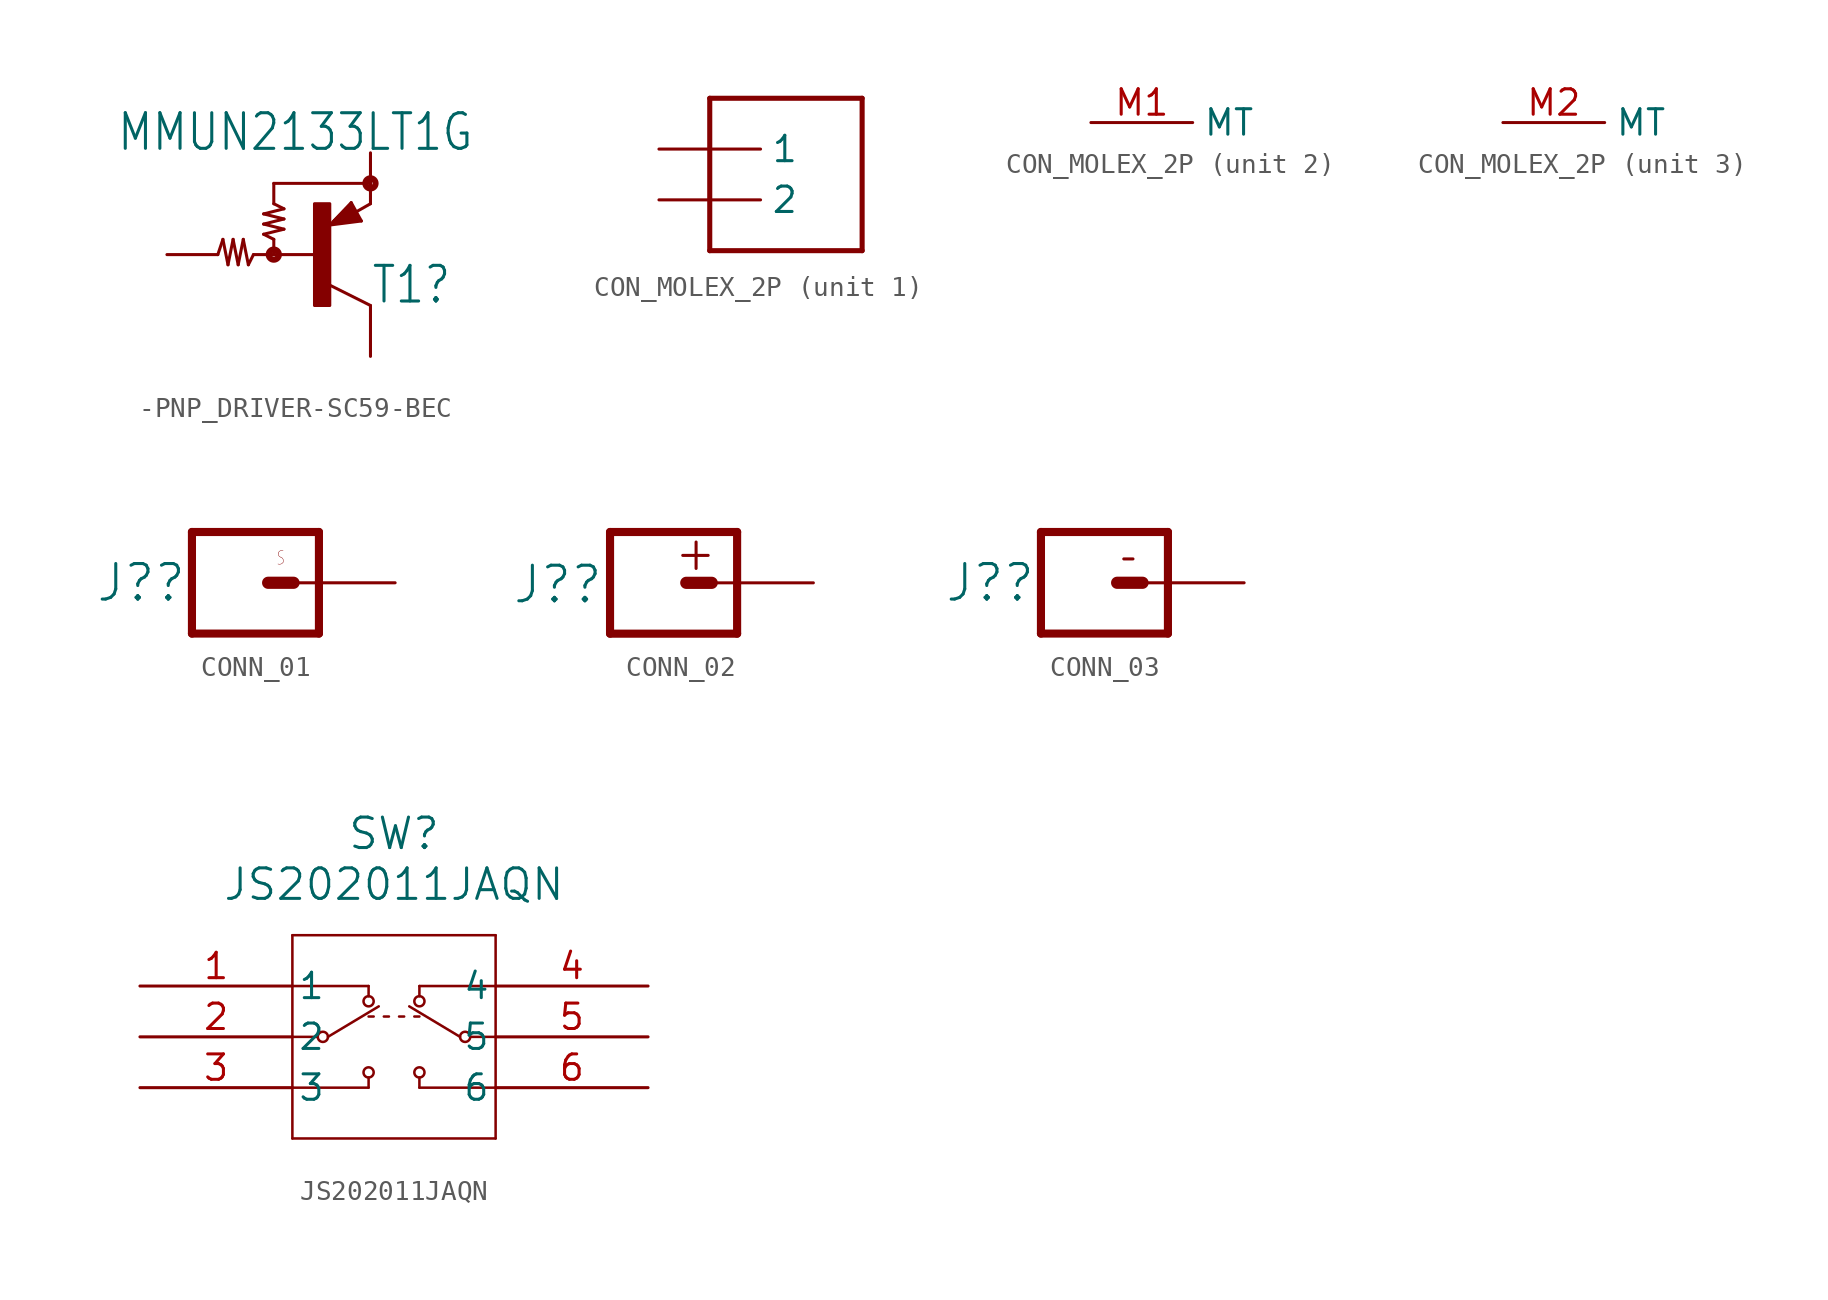
<source format=kicad_sym>
(kicad_symbol_lib
  (version 20220914)
  (generator kicad_symbol_editor)
  (symbol "-PNP_DRIVER-SC59-BEC"
    (property "Reference" "T1"
      (at 2.54 -2.54 0)
      (effects (font (size 1.778 1.511)) (justify left bottom)))
    (property "Value" "MMUN2133LT1G"
      (at -10.16 5.08 0)
      (effects (font (size 1.778 1.511)) (justify left bottom)))
    (property "LCSC" ""
      (at 0 0 0)
      (effects (font (size 1.27 1.27))))
    (property "ki_locked" ""
      (at 0 0 0)
      (effects (font (size 1.27 1.27))))
    (symbol "-PNP_DRIVER-SC59-BEC_1_0"
      (circle (center -2.286 0) (radius 0.254) (stroke (width 0.305) (type solid)) (fill (type none)))
      (rectangle (start -0.254 -2.54) (end 0.508 2.54) (stroke (width 0) (type default)) (fill (type outline)))
      (polyline (pts (xy -5.08 0) (xy -4.826 0.762)) (stroke (width 0.152) (type solid)) (fill (type none)))
      (polyline (pts (xy -4.826 0.762) (xy -4.572 -0.508)) (stroke (width 0.152) (type solid)) (fill (type none)))
      (polyline (pts (xy -4.572 -0.508) (xy -4.318 0.762)) (stroke (width 0.152) (type solid)) (fill (type none)))
      (polyline (pts (xy -4.318 0.762) (xy -4.064 -0.508)) (stroke (width 0.152) (type solid)) (fill (type none)))
      (polyline (pts (xy -4.064 -0.508) (xy -3.81 0.762)) (stroke (width 0.152) (type solid)) (fill (type none)))
      (polyline (pts (xy -3.81 0.762) (xy -3.556 -0.508)) (stroke (width 0.152) (type solid)) (fill (type none)))
      (polyline (pts (xy -3.556 -0.508) (xy -3.302 0)) (stroke (width 0.152) (type solid)) (fill (type none)))
      (polyline (pts (xy -3.302 0) (xy -2.286 0)) (stroke (width 0.152) (type solid)) (fill (type none)))
      (polyline (pts (xy -2.794 1.016) (xy -1.778 1.27)) (stroke (width 0.152) (type solid)) (fill (type none)))
      (polyline (pts (xy -2.794 1.524) (xy -1.778 1.778)) (stroke (width 0.152) (type solid)) (fill (type none)))
      (polyline (pts (xy -2.794 2.032) (xy -1.778 2.286)) (stroke (width 0.152) (type solid)) (fill (type none)))
      (polyline (pts (xy -2.286 0) (xy -2.286 0.762)) (stroke (width 0.152) (type solid)) (fill (type none)))
      (polyline (pts (xy -2.286 0) (xy -0.254 0)) (stroke (width 0.152) (type solid)) (fill (type none)))
      (polyline (pts (xy -2.286 0.762) (xy -2.794 1.016)) (stroke (width 0.152) (type solid)) (fill (type none)))
      (polyline (pts (xy -2.286 2.54) (xy -2.286 3.556)) (stroke (width 0.152) (type solid)) (fill (type none)))
      (polyline (pts (xy -2.286 3.556) (xy 2.54 3.556)) (stroke (width 0.152) (type solid)) (fill (type none)))
      (polyline (pts (xy -1.778 1.27) (xy -2.794 1.524)) (stroke (width 0.152) (type solid)) (fill (type none)))
      (polyline (pts (xy -1.778 1.778) (xy -2.794 2.032)) (stroke (width 0.152) (type solid)) (fill (type none)))
      (polyline (pts (xy -1.778 2.286) (xy -2.286 2.54)) (stroke (width 0.152) (type solid)) (fill (type none)))
      (polyline (pts (xy 0.516 1.478) (xy 2.086 1.678)) (stroke (width 0.152) (type solid)) (fill (type none)))
      (polyline (pts (xy 0.762 1.651) (xy 1.778 1.778)) (stroke (width 0.254) (type solid)) (fill (type none)))
      (polyline (pts (xy 1.143 1.905) (xy 1.524 1.905)) (stroke (width 0.254) (type solid)) (fill (type none)))
      (polyline (pts (xy 1.524 2.159) (xy 1.143 1.905)) (stroke (width 0.254) (type solid)) (fill (type none)))
      (polyline (pts (xy 1.524 2.413) (xy 0.762 1.651)) (stroke (width 0.254) (type solid)) (fill (type none)))
      (polyline (pts (xy 1.578 2.594) (xy 0.516 1.478)) (stroke (width 0.152) (type solid)) (fill (type none)))
      (polyline (pts (xy 1.778 1.778) (xy 1.524 2.159)) (stroke (width 0.254) (type solid)) (fill (type none)))
      (polyline (pts (xy 1.905 1.778) (xy 1.524 2.413)) (stroke (width 0.254) (type solid)) (fill (type none)))
      (polyline (pts (xy 2.086 1.678) (xy 1.578 2.594)) (stroke (width 0.152) (type solid)) (fill (type none)))
      (polyline (pts (xy 2.54 -2.54) (xy 0.508 -1.524)) (stroke (width 0.152) (type solid)) (fill (type none)))
      (polyline (pts (xy 2.54 2.54) (xy 1.808 2.124)) (stroke (width 0.152) (type solid)) (fill (type none)))
      (circle (center 2.54 3.556) (radius 0.254) (stroke (width 0.305) (type solid)) (fill (type none)))
      (pin passive line (at -7.62 0 0) (length 2.54) (name "B" (effects (font (size 0 0)))) (number "B" (effects (font (size 0 0)))))
      (pin passive line (at 2.54 -5.08 90) (length 2.54) (name "C" (effects (font (size 0 0)))) (number "C" (effects (font (size 0 0)))))
      (pin passive line (at 2.54 5.08 270) (length 2.54) (name "E" (effects (font (size 0 0)))) (number "E" (effects (font (size 0 0)))))))
  (symbol "CON_MOLEX_2P"
    (property "Reference" ""
      (at -2.54 7.62 0)
      (effects (font (size 1.27 1.079)) (justify left bottom) hide))
    (property "ki_locked" ""
      (at 0 0 0)
      (effects (font (size 1.27 1.27))))
    (symbol "CON_MOLEX_2P_1_0"
      (polyline (pts (xy -2.54 -2.54) (xy 5.08 -2.54)) (stroke (width 0.254) (type solid)) (fill (type none)))
      (polyline (pts (xy -2.54 5.08) (xy -2.54 -2.54)) (stroke (width 0.254) (type solid)) (fill (type none)))
      (polyline (pts (xy 5.08 -2.54) (xy 5.08 5.08)) (stroke (width 0.254) (type solid)) (fill (type none)))
      (polyline (pts (xy 5.08 5.08) (xy -2.54 5.08)) (stroke (width 0.254) (type solid)) (fill (type none)))
      (pin passive line (at -5.08 2.54 0) (length 5.08) (name "1" (effects (font (size 1.27 1.27)))) (number "1" (effects (font (size 0 0)))))
      (pin passive line (at -5.08 0 0) (length 5.08) (name "2" (effects (font (size 1.27 1.27)))) (number "2" (effects (font (size 0 0))))))
    (symbol "CON_MOLEX_2P_2_0"
      (pin bidirectional line (at 0 0 0) (length 5.08) (name "MT" (effects (font (size 1.27 1.27)))) (number "M1" (effects (font (size 1.27 1.27))))))
    (symbol "CON_MOLEX_2P_3_0"
      (pin bidirectional line (at 0 0 0) (length 5.08) (name "MT" (effects (font (size 1.27 1.27)))) (number "M2" (effects (font (size 1.27 1.27)))))))
  (symbol "CONN_01"
    (property "Reference" "J?"
      (at -5.08 0 0)
      (effects (font (size 1.778 1.778))))
    (property "LCSC" ""
      (at 0 0 0)
      (effects (font (size 1.27 1.27))))
    (property "ki_locked" ""
      (at 0 0 0)
      (effects (font (size 1.27 1.27))))
    (symbol "CONN_01_1_0"
      (polyline (pts (xy -2.54 2.54) (xy -2.54 -2.54)) (stroke (width 0.406) (type solid)) (fill (type none)))
      (polyline (pts (xy -2.54 2.54) (xy 3.81 2.54)) (stroke (width 0.406) (type solid)) (fill (type none)))
      (polyline (pts (xy 1.27 0) (xy 2.54 0)) (stroke (width 0.61) (type solid)) (fill (type none)))
      (polyline (pts (xy 3.81 -2.54) (xy -2.54 -2.54)) (stroke (width 0.406) (type solid)) (fill (type none)))
      (polyline (pts (xy 3.81 -2.54) (xy 3.81 2.54)) (stroke (width 0.406) (type solid)) (fill (type none)))
      (pin passive line (at 7.62 0 180) (length 5.08) (name "1" (effects (font (size 0 0)))) (number "1" (effects (font (size 0 0))))))
    (symbol "CONN_01_1_1"
      (arc (start 1.7616 0.9418) (mid 1.9076 0.9364) (end 2.0216 1.0278) (stroke (width 0.01) (type default)) (fill (type none)))
      (arc (start 1.7708 1.4754) (mid 1.799 1.3499) (end 1.9054 1.2776) (stroke (width 0.01) (type default)) (fill (type none)))
      (arc (start 2.0149 1.6145) (mid 1.8656 1.5938) (end 1.7731 1.4747) (stroke (width 0.01) (type default)) (fill (type none)))
      (arc (start 2.0307 1.0368) (mid 2.0155 1.1803) (end 1.911 1.2797) (stroke (width 0.01) (type default)) (fill (type none)))))
  (symbol "CONN_02"
    (property "Reference" "J?"
      (at -2.849 -0.082 0)
      (effects (font (size 1.778 1.778)) (justify right)))
    (property "ki_locked" ""
      (at 0 0 0)
      (effects (font (size 1.27 1.27))))
    (symbol "CONN_02_1_0"
      (polyline (pts (xy -2.54 2.54) (xy -2.54 -2.54)) (stroke (width 0.406) (type solid)) (fill (type none)))
      (polyline (pts (xy -2.54 2.54) (xy 3.81 2.54)) (stroke (width 0.406) (type solid)) (fill (type none)))
      (polyline (pts (xy 1.27 0) (xy 2.54 0)) (stroke (width 0.61) (type solid)) (fill (type none)))
      (polyline (pts (xy 3.81 -2.54) (xy -2.54 -2.54)) (stroke (width 0.406) (type solid)) (fill (type none)))
      (polyline (pts (xy 3.81 -2.54) (xy 3.81 2.54)) (stroke (width 0.406) (type solid)) (fill (type none)))
      (pin passive line (at 7.62 0 180) (length 5.08) (name "1" (effects (font (size 0 0)))) (number "1" (effects (font (size 0 0))))))
    (symbol "CONN_02_1_1"
      (polyline (pts (xy 1.093 1.371) (xy 2.363 1.371)) (stroke (width 0) (type default)) (fill (type none)))
      (polyline (pts (xy 1.76 2.038) (xy 1.76 0.757) (xy 1.76 0.719)) (stroke (width 0) (type default)) (fill (type none)))))
  (symbol "CONN_03"
    (property "Reference" "J?"
      (at -5.08 0 0)
      (effects (font (size 1.778 1.778))))
    (property "LCSC" ""
      (at 0 0 0)
      (effects (font (size 1.27 1.27))))
    (property "ki_locked" ""
      (at 0 0 0)
      (effects (font (size 1.27 1.27))))
    (symbol "CONN_03_1_0"
      (polyline (pts (xy -2.54 2.54) (xy -2.54 -2.54)) (stroke (width 0.406) (type solid)) (fill (type none)))
      (polyline (pts (xy -2.54 2.54) (xy 3.81 2.54)) (stroke (width 0.406) (type solid)) (fill (type none)))
      (polyline (pts (xy 1.27 0) (xy 2.54 0)) (stroke (width 0.61) (type solid)) (fill (type none)))
      (polyline (pts (xy 3.81 -2.54) (xy -2.54 -2.54)) (stroke (width 0.406) (type solid)) (fill (type none)))
      (polyline (pts (xy 3.81 -2.54) (xy 3.81 2.54)) (stroke (width 0.406) (type solid)) (fill (type none)))
      (pin passive line (at 7.62 0 180) (length 5.08) (name "1" (effects (font (size 0 0)))) (number "1" (effects (font (size 0 0))))))
    (symbol "CONN_03_1_1"
      (polyline (pts (xy 1.602 1.193) (xy 2.062 1.193)) (stroke (width 0) (type default)) (fill (type none)))))
  (symbol "JS202011JAQN"
    (pin_names
      (offset 0.254))
    (property "Reference" "SW"
      (at 12.7 7.62 0)
      (effects (font (size 1.524 1.524))))
    (property "Value" "JS202011JAQN"
      (at 12.7 5.08 0)
      (effects (font (size 1.524 1.524))))
    (property "ki_locked" ""
      (at 0 0 0)
      (effects (font (size 1.27 1.27))))
    (symbol "JS202011JAQN_0_1"
      (polyline (pts (xy 7.62 -7.62) (xy 17.78 -7.62)) (stroke (width 0.127) (type default)) (fill (type none)))
      (polyline (pts (xy 7.62 -5.08) (xy 11.43 -5.08)) (stroke (width 0.127) (type default)) (fill (type none)))
      (polyline (pts (xy 7.62 -2.54) (xy 8.89 -2.54)) (stroke (width 0.127) (type default)) (fill (type none)))
      (polyline (pts (xy 7.62 0) (xy 11.43 0)) (stroke (width 0.127) (type default)) (fill (type none)))
      (polyline (pts (xy 7.62 2.54) (xy 7.62 -7.62)) (stroke (width 0.127) (type default)) (fill (type none)))
      (polyline (pts (xy 9.398 -2.54) (xy 11.938 -1.016)) (stroke (width 0.127) (type default)) (fill (type none)))
      (polyline (pts (xy 11.43 -4.572) (xy 11.43 -5.08)) (stroke (width 0.127) (type default)) (fill (type none)))
      (polyline (pts (xy 11.43 -1.524) (xy 11.684 -1.524)) (stroke (width 0.127) (type default)) (fill (type none)))
      (polyline (pts (xy 11.43 0) (xy 11.43 -0.508)) (stroke (width 0.127) (type default)) (fill (type none)))
      (polyline (pts (xy 12.192 -1.524) (xy 12.446 -1.524)) (stroke (width 0.127) (type default)) (fill (type none)))
      (polyline (pts (xy 12.954 -1.524) (xy 13.208 -1.524)) (stroke (width 0.127) (type default)) (fill (type none)))
      (polyline (pts (xy 13.716 -1.524) (xy 13.97 -1.524)) (stroke (width 0.127) (type default)) (fill (type none)))
      (polyline (pts (xy 13.97 -4.572) (xy 13.97 -5.08)) (stroke (width 0.127) (type default)) (fill (type none)))
      (polyline (pts (xy 13.97 0) (xy 13.97 -0.508)) (stroke (width 0.127) (type default)) (fill (type none)))
      (polyline (pts (xy 16.002 -2.54) (xy 13.462 -1.016)) (stroke (width 0.127) (type default)) (fill (type none)))
      (polyline (pts (xy 17.78 -7.62) (xy 17.78 2.54)) (stroke (width 0.127) (type default)) (fill (type none)))
      (polyline (pts (xy 17.78 -5.08) (xy 13.97 -5.08)) (stroke (width 0.127) (type default)) (fill (type none)))
      (polyline (pts (xy 17.78 -2.54) (xy 16.51 -2.54)) (stroke (width 0.127) (type default)) (fill (type none)))
      (polyline (pts (xy 17.78 0) (xy 13.97 0)) (stroke (width 0.127) (type default)) (fill (type none)))
      (polyline (pts (xy 17.78 2.54) (xy 7.62 2.54)) (stroke (width 0.127) (type default)) (fill (type none)))
      (circle (center 9.144 -2.54) (radius 0.254) (stroke (width 0.127) (type default)) (fill (type none)))
      (circle (center 11.43 -4.318) (radius 0.254) (stroke (width 0.127) (type default)) (fill (type none)))
      (circle (center 11.43 -0.762) (radius 0.254) (stroke (width 0.127) (type default)) (fill (type none)))
      (circle (center 13.97 -4.318) (radius 0.254) (stroke (width 0.127) (type default)) (fill (type none)))
      (circle (center 13.97 -0.762) (radius 0.254) (stroke (width 0.127) (type default)) (fill (type none)))
      (circle (center 16.256 -2.54) (radius 0.254) (stroke (width 0.127) (type default)) (fill (type none)))
      (pin unspecified line (at 0 0 0) (length 7.62) (name "1" (effects (font (size 1.27 1.27)))) (number "1" (effects (font (size 1.27 1.27)))))
      (pin unspecified line (at 0 -2.54 0) (length 7.62) (name "2" (effects (font (size 1.27 1.27)))) (number "2" (effects (font (size 1.27 1.27)))))
      (pin unspecified line (at 0 -5.08 0) (length 7.62) (name "3" (effects (font (size 1.27 1.27)))) (number "3" (effects (font (size 1.27 1.27)))))
      (pin unspecified line (at 25.4 0 180) (length 7.62) (name "4" (effects (font (size 1.27 1.27)))) (number "4" (effects (font (size 1.27 1.27)))))
      (pin unspecified line (at 25.4 -2.54 180) (length 7.62) (name "5" (effects (font (size 1.27 1.27)))) (number "5" (effects (font (size 1.27 1.27)))))
      (pin unspecified line (at 25.4 -5.08 180) (length 7.62) (name "6" (effects (font (size 1.27 1.27)))) (number "6" (effects (font (size 1.27 1.27))))))))
</source>
